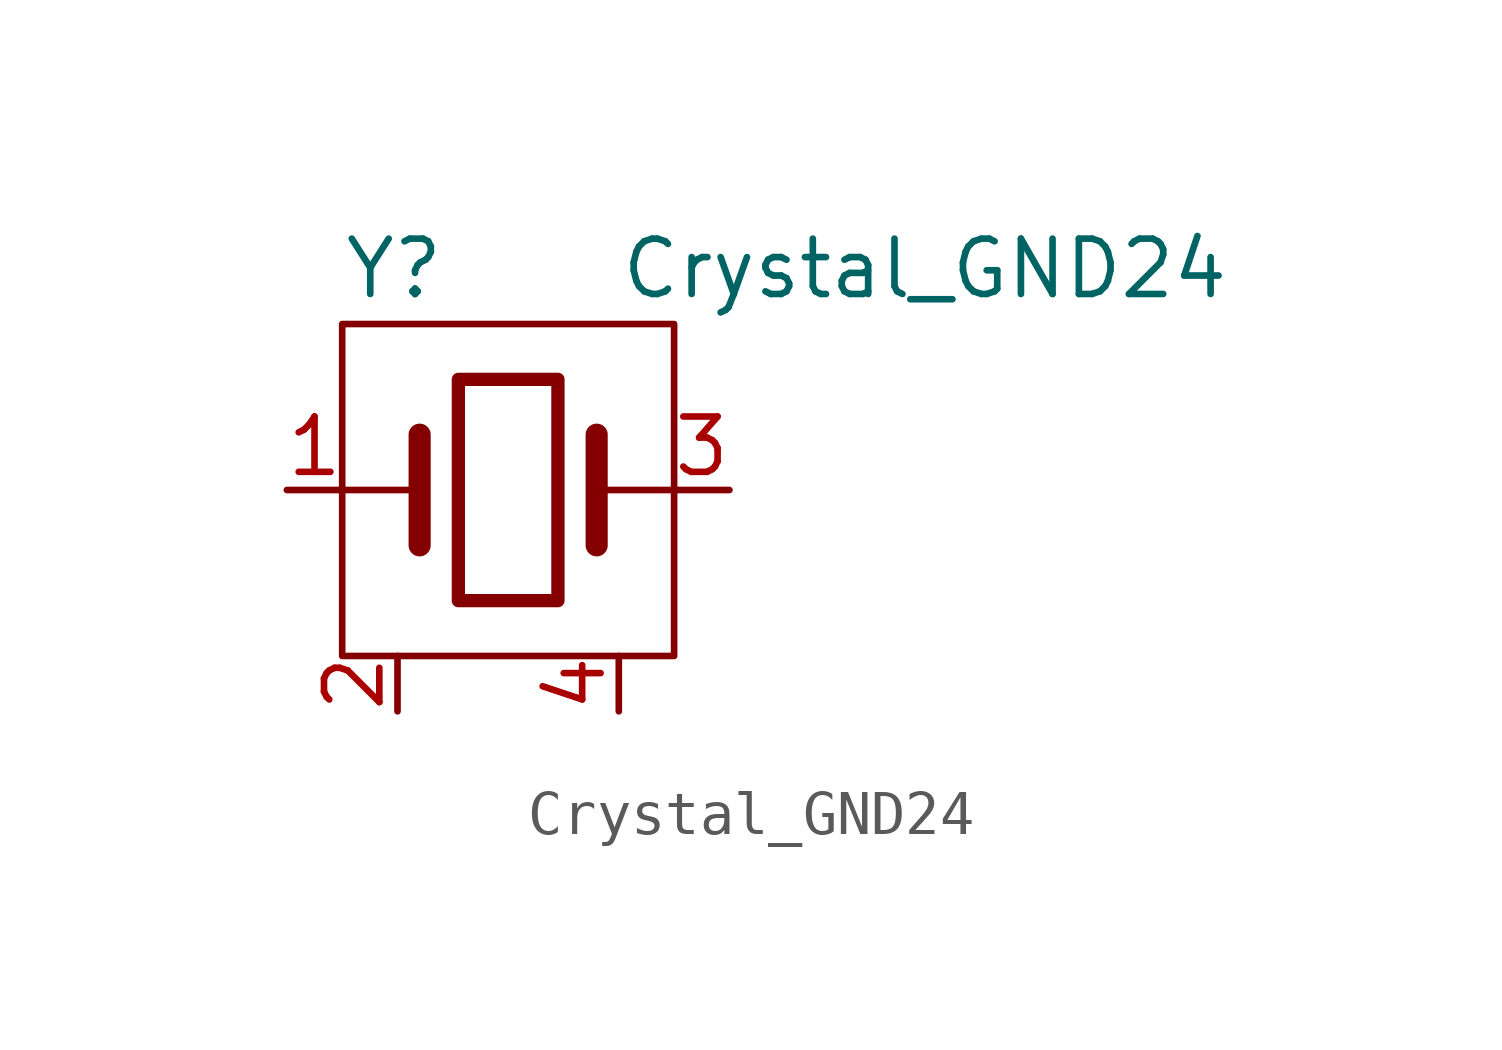
<source format=kicad_sym>
(kicad_symbol_lib
  (version 20231120)
  (generator "kicad_symbol_editor")
  (generator_version "8.0")
  (symbol "Crystal_GND24"
    (pin_names
      (offset 1.016) hide)
    (property "Reference" "Y"
      (at -3.81 5.08 0)
      (effects (font (size 1.27 1.27)) (justify left)))
    (property "Value" "Crystal_GND24"
      (at 2.54 5.08 0)
      (effects (font (size 1.27 1.27)) (justify left)))
    (symbol "Crystal_GND24_0_1"
      (rectangle (start -3.81 3.81) (end 3.81 -3.81) (stroke (width 0) (type default)) (fill (type none)))
      (rectangle (start -1.143 2.54) (end 1.143 -2.54) (stroke (width 0.305) (type default)) (fill (type none)))
      (polyline (pts (xy -3.81 0) (xy -2.032 0)) (stroke (width 0) (type default)) (fill (type none)))
      (polyline (pts (xy -2.032 -1.27) (xy -2.032 1.27)) (stroke (width 0.508) (type default)) (fill (type none)))
      (polyline (pts (xy 2.032 -1.27) (xy 2.032 1.27)) (stroke (width 0.508) (type default)) (fill (type none)))
      (polyline (pts (xy 2.032 0) (xy 3.81 0)) (stroke (width 0) (type default)) (fill (type none))))
    (symbol "Crystal_GND24_1_1"
      (pin passive line (at -5.08 0 0) (length 1.27) (name "1" (effects (font (size 1.27 1.27)))) (number "1" (effects (font (size 1.27 1.27)))))
      (pin passive line (at -2.54 -5.08 90) (length 1.27) (name "2" (effects (font (size 1.27 1.27)))) (number "2" (effects (font (size 1.27 1.27)))))
      (pin passive line (at 5.08 0 180) (length 1.27) (name "3" (effects (font (size 1.27 1.27)))) (number "3" (effects (font (size 1.27 1.27)))))
      (pin passive line (at 2.54 -5.08 90) (length 1.27) (name "4" (effects (font (size 1.27 1.27)))) (number "4" (effects (font (size 1.27 1.27))))))))
</source>
